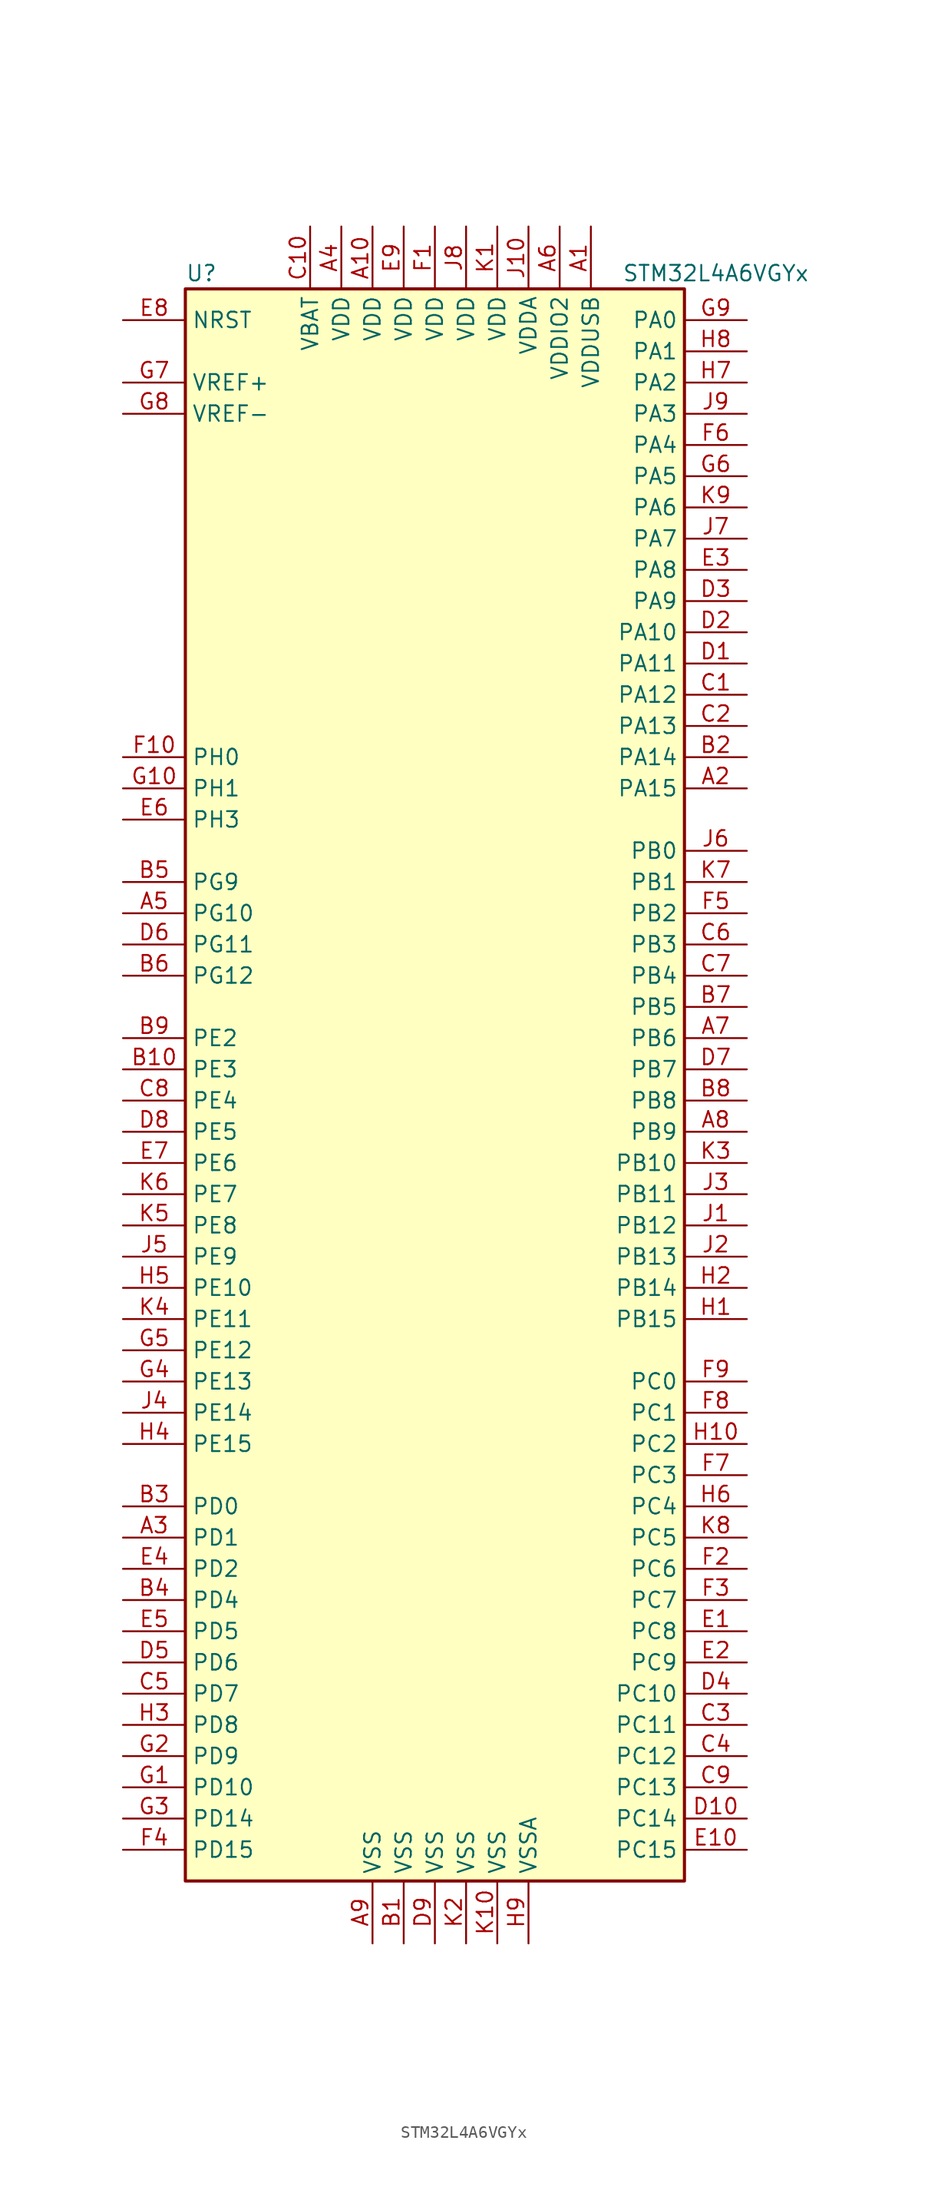
<source format=kicad_sym>
(kicad_symbol_lib
  (version 20220914)
  (generator kicad_symbol_editor)
  (symbol "STM32L4A6VGYx"
    (property "Reference" "U"
      (at -20.32 64.77 0)
      (effects (font (size 1.27 1.27)) (justify left)))
    (property "Value" "STM32L4A6VGYx"
      (at 15.24 64.77 0)
      (effects (font (size 1.27 1.27)) (justify left)))
    (symbol "STM32L4A6VGYx_0_1"
      (rectangle (start -20.32 -66.04) (end 20.32 63.5) (stroke (width 0.254) (type default)) (fill (type background))))
    (symbol "STM32L4A6VGYx_1_1"
      (pin power_in line (at 12.7 68.58 270) (length 5.08) (name "VDDUSB" (effects (font (size 1.27 1.27)))) (number "A1" (effects (font (size 1.27 1.27)))))
      (pin power_in line (at -5.08 68.58 270) (length 5.08) (name "VDD" (effects (font (size 1.27 1.27)))) (number "A10" (effects (font (size 1.27 1.27)))))
      (pin bidirectional line (at 25.4 22.86 180) (length 5.08) (name "PA15" (effects (font (size 1.27 1.27)))) (number "A2" (effects (font (size 1.27 1.27)))))
      (pin bidirectional line (at -25.4 -38.1 0) (length 5.08) (name "PD1" (effects (font (size 1.27 1.27)))) (number "A3" (effects (font (size 1.27 1.27)))))
      (pin power_in line (at -7.62 68.58 270) (length 5.08) (name "VDD" (effects (font (size 1.27 1.27)))) (number "A4" (effects (font (size 1.27 1.27)))))
      (pin bidirectional line (at -25.4 12.7 0) (length 5.08) (name "PG10" (effects (font (size 1.27 1.27)))) (number "A5" (effects (font (size 1.27 1.27)))))
      (pin power_in line (at 10.16 68.58 270) (length 5.08) (name "VDDIO2" (effects (font (size 1.27 1.27)))) (number "A6" (effects (font (size 1.27 1.27)))))
      (pin bidirectional line (at 25.4 2.54 180) (length 5.08) (name "PB6" (effects (font (size 1.27 1.27)))) (number "A7" (effects (font (size 1.27 1.27)))))
      (pin bidirectional line (at 25.4 -5.08 180) (length 5.08) (name "PB9" (effects (font (size 1.27 1.27)))) (number "A8" (effects (font (size 1.27 1.27)))))
      (pin power_in line (at -5.08 -71.12 90) (length 5.08) (name "VSS" (effects (font (size 1.27 1.27)))) (number "A9" (effects (font (size 1.27 1.27)))))
      (pin power_in line (at -2.54 -71.12 90) (length 5.08) (name "VSS" (effects (font (size 1.27 1.27)))) (number "B1" (effects (font (size 1.27 1.27)))))
      (pin bidirectional line (at -25.4 0 0) (length 5.08) (name "PE3" (effects (font (size 1.27 1.27)))) (number "B10" (effects (font (size 1.27 1.27)))))
      (pin bidirectional line (at 25.4 25.4 180) (length 5.08) (name "PA14" (effects (font (size 1.27 1.27)))) (number "B2" (effects (font (size 1.27 1.27)))))
      (pin bidirectional line (at -25.4 -35.56 0) (length 5.08) (name "PD0" (effects (font (size 1.27 1.27)))) (number "B3" (effects (font (size 1.27 1.27)))))
      (pin bidirectional line (at -25.4 -43.18 0) (length 5.08) (name "PD4" (effects (font (size 1.27 1.27)))) (number "B4" (effects (font (size 1.27 1.27)))))
      (pin bidirectional line (at -25.4 15.24 0) (length 5.08) (name "PG9" (effects (font (size 1.27 1.27)))) (number "B5" (effects (font (size 1.27 1.27)))))
      (pin bidirectional line (at -25.4 7.62 0) (length 5.08) (name "PG12" (effects (font (size 1.27 1.27)))) (number "B6" (effects (font (size 1.27 1.27)))))
      (pin bidirectional line (at 25.4 5.08 180) (length 5.08) (name "PB5" (effects (font (size 1.27 1.27)))) (number "B7" (effects (font (size 1.27 1.27)))))
      (pin bidirectional line (at 25.4 -2.54 180) (length 5.08) (name "PB8" (effects (font (size 1.27 1.27)))) (number "B8" (effects (font (size 1.27 1.27)))))
      (pin bidirectional line (at -25.4 2.54 0) (length 5.08) (name "PE2" (effects (font (size 1.27 1.27)))) (number "B9" (effects (font (size 1.27 1.27)))))
      (pin bidirectional line (at 25.4 30.48 180) (length 5.08) (name "PA12" (effects (font (size 1.27 1.27)))) (number "C1" (effects (font (size 1.27 1.27)))))
      (pin power_in line (at -10.16 68.58 270) (length 5.08) (name "VBAT" (effects (font (size 1.27 1.27)))) (number "C10" (effects (font (size 1.27 1.27)))))
      (pin bidirectional line (at 25.4 27.94 180) (length 5.08) (name "PA13" (effects (font (size 1.27 1.27)))) (number "C2" (effects (font (size 1.27 1.27)))))
      (pin bidirectional line (at 25.4 -53.34 180) (length 5.08) (name "PC11" (effects (font (size 1.27 1.27)))) (number "C3" (effects (font (size 1.27 1.27)))))
      (pin bidirectional line (at 25.4 -55.88 180) (length 5.08) (name "PC12" (effects (font (size 1.27 1.27)))) (number "C4" (effects (font (size 1.27 1.27)))))
      (pin bidirectional line (at -25.4 -50.8 0) (length 5.08) (name "PD7" (effects (font (size 1.27 1.27)))) (number "C5" (effects (font (size 1.27 1.27)))))
      (pin bidirectional line (at 25.4 10.16 180) (length 5.08) (name "PB3" (effects (font (size 1.27 1.27)))) (number "C6" (effects (font (size 1.27 1.27)))))
      (pin bidirectional line (at 25.4 7.62 180) (length 5.08) (name "PB4" (effects (font (size 1.27 1.27)))) (number "C7" (effects (font (size 1.27 1.27)))))
      (pin bidirectional line (at -25.4 -2.54 0) (length 5.08) (name "PE4" (effects (font (size 1.27 1.27)))) (number "C8" (effects (font (size 1.27 1.27)))))
      (pin bidirectional line (at 25.4 -58.42 180) (length 5.08) (name "PC13" (effects (font (size 1.27 1.27)))) (number "C9" (effects (font (size 1.27 1.27)))))
      (pin bidirectional line (at 25.4 33.02 180) (length 5.08) (name "PA11" (effects (font (size 1.27 1.27)))) (number "D1" (effects (font (size 1.27 1.27)))))
      (pin bidirectional line (at 25.4 -60.96 180) (length 5.08) (name "PC14" (effects (font (size 1.27 1.27)))) (number "D10" (effects (font (size 1.27 1.27)))))
      (pin bidirectional line (at 25.4 35.56 180) (length 5.08) (name "PA10" (effects (font (size 1.27 1.27)))) (number "D2" (effects (font (size 1.27 1.27)))))
      (pin bidirectional line (at 25.4 38.1 180) (length 5.08) (name "PA9" (effects (font (size 1.27 1.27)))) (number "D3" (effects (font (size 1.27 1.27)))))
      (pin bidirectional line (at 25.4 -50.8 180) (length 5.08) (name "PC10" (effects (font (size 1.27 1.27)))) (number "D4" (effects (font (size 1.27 1.27)))))
      (pin bidirectional line (at -25.4 -48.26 0) (length 5.08) (name "PD6" (effects (font (size 1.27 1.27)))) (number "D5" (effects (font (size 1.27 1.27)))))
      (pin bidirectional line (at -25.4 10.16 0) (length 5.08) (name "PG11" (effects (font (size 1.27 1.27)))) (number "D6" (effects (font (size 1.27 1.27)))))
      (pin bidirectional line (at 25.4 0 180) (length 5.08) (name "PB7" (effects (font (size 1.27 1.27)))) (number "D7" (effects (font (size 1.27 1.27)))))
      (pin bidirectional line (at -25.4 -5.08 0) (length 5.08) (name "PE5" (effects (font (size 1.27 1.27)))) (number "D8" (effects (font (size 1.27 1.27)))))
      (pin power_in line (at 0 -71.12 90) (length 5.08) (name "VSS" (effects (font (size 1.27 1.27)))) (number "D9" (effects (font (size 1.27 1.27)))))
      (pin bidirectional line (at 25.4 -45.72 180) (length 5.08) (name "PC8" (effects (font (size 1.27 1.27)))) (number "E1" (effects (font (size 1.27 1.27)))))
      (pin bidirectional line (at 25.4 -63.5 180) (length 5.08) (name "PC15" (effects (font (size 1.27 1.27)))) (number "E10" (effects (font (size 1.27 1.27)))))
      (pin bidirectional line (at 25.4 -48.26 180) (length 5.08) (name "PC9" (effects (font (size 1.27 1.27)))) (number "E2" (effects (font (size 1.27 1.27)))))
      (pin bidirectional line (at 25.4 40.64 180) (length 5.08) (name "PA8" (effects (font (size 1.27 1.27)))) (number "E3" (effects (font (size 1.27 1.27)))))
      (pin bidirectional line (at -25.4 -40.64 0) (length 5.08) (name "PD2" (effects (font (size 1.27 1.27)))) (number "E4" (effects (font (size 1.27 1.27)))))
      (pin bidirectional line (at -25.4 -45.72 0) (length 5.08) (name "PD5" (effects (font (size 1.27 1.27)))) (number "E5" (effects (font (size 1.27 1.27)))))
      (pin bidirectional line (at -25.4 20.32 0) (length 5.08) (name "PH3" (effects (font (size 1.27 1.27)))) (number "E6" (effects (font (size 1.27 1.27)))))
      (pin bidirectional line (at -25.4 -7.62 0) (length 5.08) (name "PE6" (effects (font (size 1.27 1.27)))) (number "E7" (effects (font (size 1.27 1.27)))))
      (pin input line (at -25.4 60.96 0) (length 5.08) (name "NRST" (effects (font (size 1.27 1.27)))) (number "E8" (effects (font (size 1.27 1.27)))))
      (pin power_in line (at -2.54 68.58 270) (length 5.08) (name "VDD" (effects (font (size 1.27 1.27)))) (number "E9" (effects (font (size 1.27 1.27)))))
      (pin power_in line (at 0 68.58 270) (length 5.08) (name "VDD" (effects (font (size 1.27 1.27)))) (number "F1" (effects (font (size 1.27 1.27)))))
      (pin input line (at -25.4 25.4 0) (length 5.08) (name "PH0" (effects (font (size 1.27 1.27)))) (number "F10" (effects (font (size 1.27 1.27)))))
      (pin bidirectional line (at 25.4 -40.64 180) (length 5.08) (name "PC6" (effects (font (size 1.27 1.27)))) (number "F2" (effects (font (size 1.27 1.27)))))
      (pin bidirectional line (at 25.4 -43.18 180) (length 5.08) (name "PC7" (effects (font (size 1.27 1.27)))) (number "F3" (effects (font (size 1.27 1.27)))))
      (pin bidirectional line (at -25.4 -63.5 0) (length 5.08) (name "PD15" (effects (font (size 1.27 1.27)))) (number "F4" (effects (font (size 1.27 1.27)))))
      (pin bidirectional line (at 25.4 12.7 180) (length 5.08) (name "PB2" (effects (font (size 1.27 1.27)))) (number "F5" (effects (font (size 1.27 1.27)))))
      (pin bidirectional line (at 25.4 50.8 180) (length 5.08) (name "PA4" (effects (font (size 1.27 1.27)))) (number "F6" (effects (font (size 1.27 1.27)))))
      (pin bidirectional line (at 25.4 -33.02 180) (length 5.08) (name "PC3" (effects (font (size 1.27 1.27)))) (number "F7" (effects (font (size 1.27 1.27)))))
      (pin bidirectional line (at 25.4 -27.94 180) (length 5.08) (name "PC1" (effects (font (size 1.27 1.27)))) (number "F8" (effects (font (size 1.27 1.27)))))
      (pin bidirectional line (at 25.4 -25.4 180) (length 5.08) (name "PC0" (effects (font (size 1.27 1.27)))) (number "F9" (effects (font (size 1.27 1.27)))))
      (pin bidirectional line (at -25.4 -58.42 0) (length 5.08) (name "PD10" (effects (font (size 1.27 1.27)))) (number "G1" (effects (font (size 1.27 1.27)))))
      (pin input line (at -25.4 22.86 0) (length 5.08) (name "PH1" (effects (font (size 1.27 1.27)))) (number "G10" (effects (font (size 1.27 1.27)))))
      (pin bidirectional line (at -25.4 -55.88 0) (length 5.08) (name "PD9" (effects (font (size 1.27 1.27)))) (number "G2" (effects (font (size 1.27 1.27)))))
      (pin bidirectional line (at -25.4 -60.96 0) (length 5.08) (name "PD14" (effects (font (size 1.27 1.27)))) (number "G3" (effects (font (size 1.27 1.27)))))
      (pin bidirectional line (at -25.4 -25.4 0) (length 5.08) (name "PE13" (effects (font (size 1.27 1.27)))) (number "G4" (effects (font (size 1.27 1.27)))))
      (pin bidirectional line (at -25.4 -22.86 0) (length 5.08) (name "PE12" (effects (font (size 1.27 1.27)))) (number "G5" (effects (font (size 1.27 1.27)))))
      (pin bidirectional line (at 25.4 48.26 180) (length 5.08) (name "PA5" (effects (font (size 1.27 1.27)))) (number "G6" (effects (font (size 1.27 1.27)))))
      (pin bidirectional line (at -25.4 55.88 0) (length 5.08) (name "VREF+" (effects (font (size 1.27 1.27)))) (number "G7" (effects (font (size 1.27 1.27)))))
      (pin power_in line (at -25.4 53.34 0) (length 5.08) (name "VREF-" (effects (font (size 1.27 1.27)))) (number "G8" (effects (font (size 1.27 1.27)))))
      (pin bidirectional line (at 25.4 60.96 180) (length 5.08) (name "PA0" (effects (font (size 1.27 1.27)))) (number "G9" (effects (font (size 1.27 1.27)))))
      (pin bidirectional line (at 25.4 -20.32 180) (length 5.08) (name "PB15" (effects (font (size 1.27 1.27)))) (number "H1" (effects (font (size 1.27 1.27)))))
      (pin bidirectional line (at 25.4 -30.48 180) (length 5.08) (name "PC2" (effects (font (size 1.27 1.27)))) (number "H10" (effects (font (size 1.27 1.27)))))
      (pin bidirectional line (at 25.4 -17.78 180) (length 5.08) (name "PB14" (effects (font (size 1.27 1.27)))) (number "H2" (effects (font (size 1.27 1.27)))))
      (pin bidirectional line (at -25.4 -53.34 0) (length 5.08) (name "PD8" (effects (font (size 1.27 1.27)))) (number "H3" (effects (font (size 1.27 1.27)))))
      (pin bidirectional line (at -25.4 -30.48 0) (length 5.08) (name "PE15" (effects (font (size 1.27 1.27)))) (number "H4" (effects (font (size 1.27 1.27)))))
      (pin bidirectional line (at -25.4 -17.78 0) (length 5.08) (name "PE10" (effects (font (size 1.27 1.27)))) (number "H5" (effects (font (size 1.27 1.27)))))
      (pin bidirectional line (at 25.4 -35.56 180) (length 5.08) (name "PC4" (effects (font (size 1.27 1.27)))) (number "H6" (effects (font (size 1.27 1.27)))))
      (pin bidirectional line (at 25.4 55.88 180) (length 5.08) (name "PA2" (effects (font (size 1.27 1.27)))) (number "H7" (effects (font (size 1.27 1.27)))))
      (pin bidirectional line (at 25.4 58.42 180) (length 5.08) (name "PA1" (effects (font (size 1.27 1.27)))) (number "H8" (effects (font (size 1.27 1.27)))))
      (pin power_in line (at 7.62 -71.12 90) (length 5.08) (name "VSSA" (effects (font (size 1.27 1.27)))) (number "H9" (effects (font (size 1.27 1.27)))))
      (pin bidirectional line (at 25.4 -12.7 180) (length 5.08) (name "PB12" (effects (font (size 1.27 1.27)))) (number "J1" (effects (font (size 1.27 1.27)))))
      (pin power_in line (at 7.62 68.58 270) (length 5.08) (name "VDDA" (effects (font (size 1.27 1.27)))) (number "J10" (effects (font (size 1.27 1.27)))))
      (pin bidirectional line (at 25.4 -15.24 180) (length 5.08) (name "PB13" (effects (font (size 1.27 1.27)))) (number "J2" (effects (font (size 1.27 1.27)))))
      (pin bidirectional line (at 25.4 -10.16 180) (length 5.08) (name "PB11" (effects (font (size 1.27 1.27)))) (number "J3" (effects (font (size 1.27 1.27)))))
      (pin bidirectional line (at -25.4 -27.94 0) (length 5.08) (name "PE14" (effects (font (size 1.27 1.27)))) (number "J4" (effects (font (size 1.27 1.27)))))
      (pin bidirectional line (at -25.4 -15.24 0) (length 5.08) (name "PE9" (effects (font (size 1.27 1.27)))) (number "J5" (effects (font (size 1.27 1.27)))))
      (pin bidirectional line (at 25.4 17.78 180) (length 5.08) (name "PB0" (effects (font (size 1.27 1.27)))) (number "J6" (effects (font (size 1.27 1.27)))))
      (pin bidirectional line (at 25.4 43.18 180) (length 5.08) (name "PA7" (effects (font (size 1.27 1.27)))) (number "J7" (effects (font (size 1.27 1.27)))))
      (pin power_in line (at 2.54 68.58 270) (length 5.08) (name "VDD" (effects (font (size 1.27 1.27)))) (number "J8" (effects (font (size 1.27 1.27)))))
      (pin bidirectional line (at 25.4 53.34 180) (length 5.08) (name "PA3" (effects (font (size 1.27 1.27)))) (number "J9" (effects (font (size 1.27 1.27)))))
      (pin power_in line (at 5.08 68.58 270) (length 5.08) (name "VDD" (effects (font (size 1.27 1.27)))) (number "K1" (effects (font (size 1.27 1.27)))))
      (pin power_in line (at 5.08 -71.12 90) (length 5.08) (name "VSS" (effects (font (size 1.27 1.27)))) (number "K10" (effects (font (size 1.27 1.27)))))
      (pin power_in line (at 2.54 -71.12 90) (length 5.08) (name "VSS" (effects (font (size 1.27 1.27)))) (number "K2" (effects (font (size 1.27 1.27)))))
      (pin bidirectional line (at 25.4 -7.62 180) (length 5.08) (name "PB10" (effects (font (size 1.27 1.27)))) (number "K3" (effects (font (size 1.27 1.27)))))
      (pin bidirectional line (at -25.4 -20.32 0) (length 5.08) (name "PE11" (effects (font (size 1.27 1.27)))) (number "K4" (effects (font (size 1.27 1.27)))))
      (pin bidirectional line (at -25.4 -12.7 0) (length 5.08) (name "PE8" (effects (font (size 1.27 1.27)))) (number "K5" (effects (font (size 1.27 1.27)))))
      (pin bidirectional line (at -25.4 -10.16 0) (length 5.08) (name "PE7" (effects (font (size 1.27 1.27)))) (number "K6" (effects (font (size 1.27 1.27)))))
      (pin bidirectional line (at 25.4 15.24 180) (length 5.08) (name "PB1" (effects (font (size 1.27 1.27)))) (number "K7" (effects (font (size 1.27 1.27)))))
      (pin bidirectional line (at 25.4 -38.1 180) (length 5.08) (name "PC5" (effects (font (size 1.27 1.27)))) (number "K8" (effects (font (size 1.27 1.27)))))
      (pin bidirectional line (at 25.4 45.72 180) (length 5.08) (name "PA6" (effects (font (size 1.27 1.27)))) (number "K9" (effects (font (size 1.27 1.27))))))))
</source>
